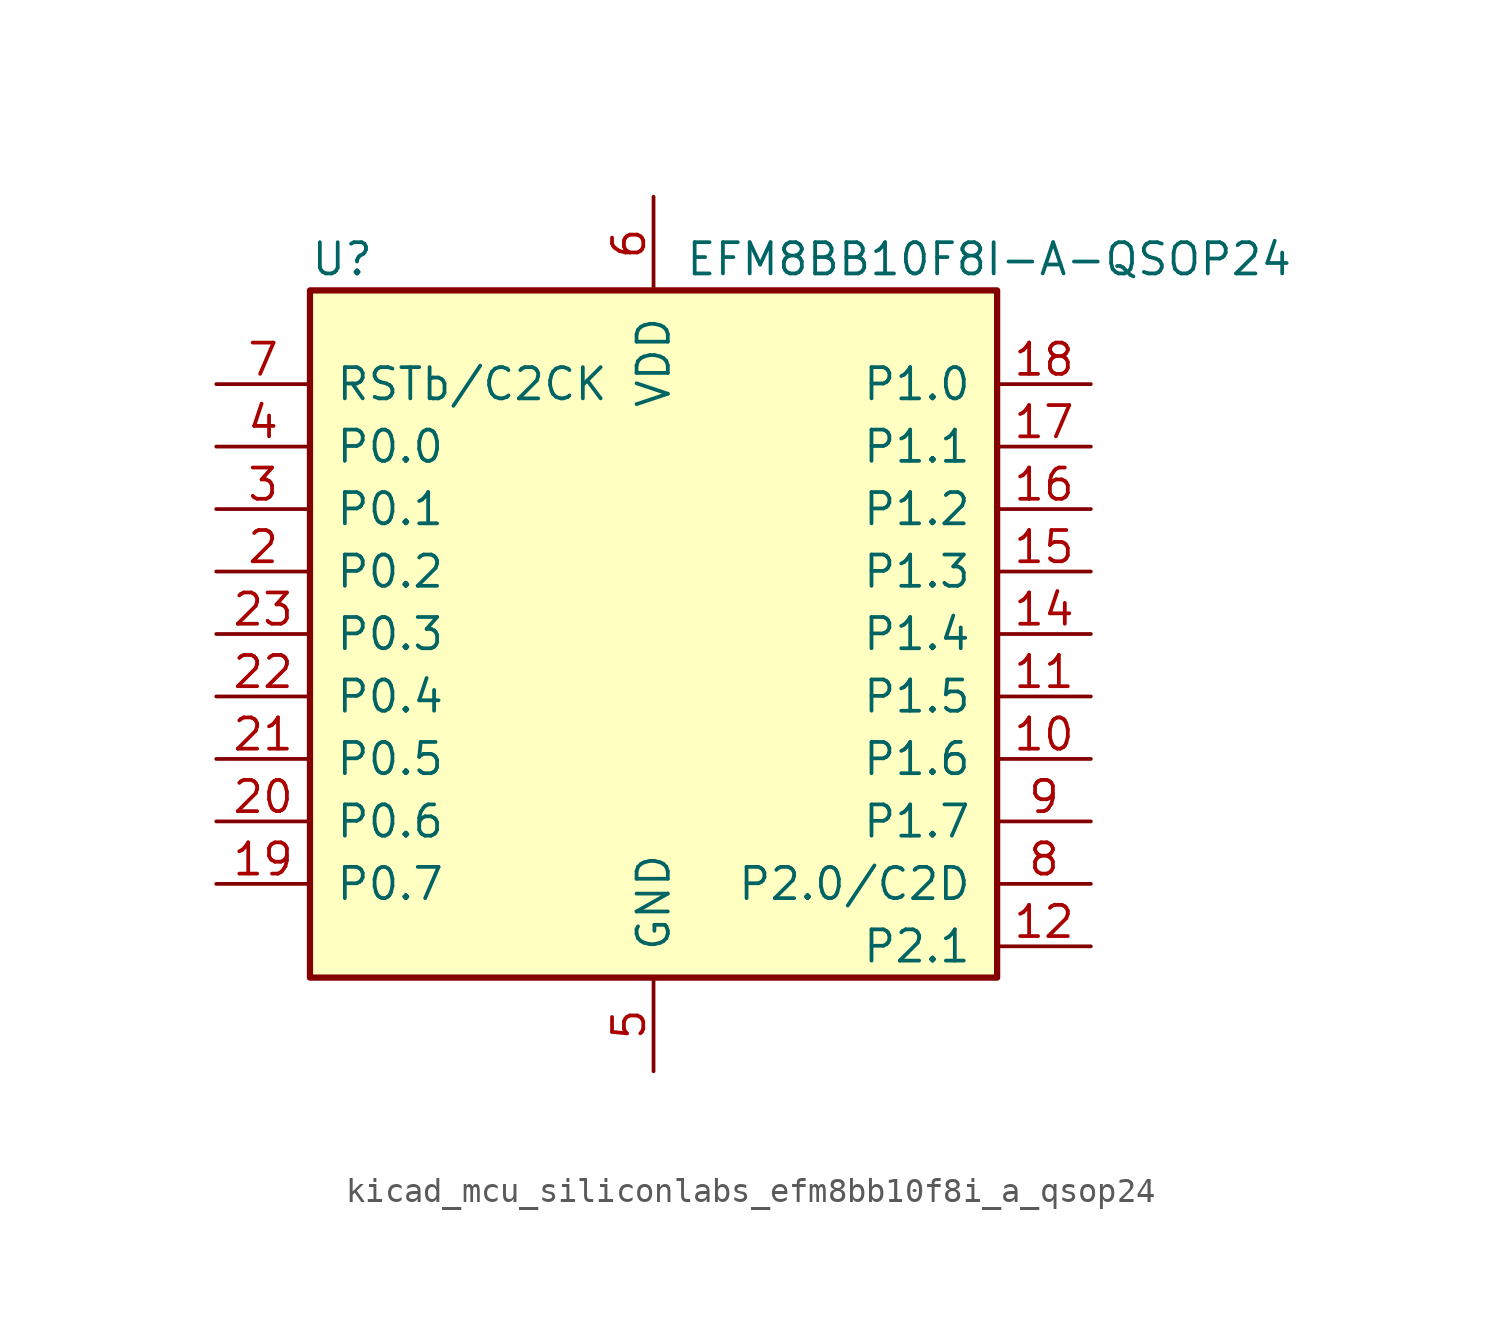
<source format=kicad_sym>
(kicad_symbol_lib
  (version 20220914)
  (generator kicad_symbol_editor)
  (symbol "kicad_mcu_siliconlabs_efm8bb10f8i_a_qsop24"
    (pin_names
      (offset 1.016))
    (property "Reference" "U"
      (at -13.97 15.24 0)
      (effects (font (size 1.27 1.27)) (justify left)))
    (property "Value" "EFM8BB10F8I-A-QSOP24"
      (at 1.27 15.24 0)
      (effects (font (size 1.27 1.27)) (justify left)))
    (symbol "kicad_mcu_siliconlabs_efm8bb10f8i_a_qsop24_0_1"
      (rectangle (start -13.97 13.97) (end 13.97 -13.97) (stroke (width 0.254) (type default)) (fill (type background)))
      (pin no_connect line (at 0 2.54 0) (length 3.81) hide (name "NC" (effects (font (size 1.27 1.27)))) (number "1" (effects (font (size 1.27 1.27)))))
      (pin bidirectional line (at 17.78 -5.08 180) (length 3.81) (name "P1.6" (effects (font (size 1.27 1.27)))) (number "10" (effects (font (size 1.27 1.27)))))
      (pin bidirectional line (at 17.78 -2.54 180) (length 3.81) (name "P1.5" (effects (font (size 1.27 1.27)))) (number "11" (effects (font (size 1.27 1.27)))))
      (pin bidirectional line (at 17.78 -12.7 180) (length 3.81) (name "P2.1" (effects (font (size 1.27 1.27)))) (number "12" (effects (font (size 1.27 1.27)))))
      (pin no_connect line (at 0 0 0) (length 3.81) hide (name "NC" (effects (font (size 1.27 1.27)))) (number "13" (effects (font (size 1.27 1.27)))))
      (pin bidirectional line (at 17.78 0 180) (length 3.81) (name "P1.4" (effects (font (size 1.27 1.27)))) (number "14" (effects (font (size 1.27 1.27)))))
      (pin bidirectional line (at 17.78 2.54 180) (length 3.81) (name "P1.3" (effects (font (size 1.27 1.27)))) (number "15" (effects (font (size 1.27 1.27)))))
      (pin bidirectional line (at 17.78 5.08 180) (length 3.81) (name "P1.2" (effects (font (size 1.27 1.27)))) (number "16" (effects (font (size 1.27 1.27)))))
      (pin bidirectional line (at 17.78 7.62 180) (length 3.81) (name "P1.1" (effects (font (size 1.27 1.27)))) (number "17" (effects (font (size 1.27 1.27)))))
      (pin bidirectional line (at 17.78 10.16 180) (length 3.81) (name "P1.0" (effects (font (size 1.27 1.27)))) (number "18" (effects (font (size 1.27 1.27)))))
      (pin bidirectional line (at -17.78 -10.16 0) (length 3.81) (name "P0.7" (effects (font (size 1.27 1.27)))) (number "19" (effects (font (size 1.27 1.27)))))
      (pin bidirectional line (at -17.78 2.54 0) (length 3.81) (name "P0.2" (effects (font (size 1.27 1.27)))) (number "2" (effects (font (size 1.27 1.27)))))
      (pin bidirectional line (at -17.78 -7.62 0) (length 3.81) (name "P0.6" (effects (font (size 1.27 1.27)))) (number "20" (effects (font (size 1.27 1.27)))))
      (pin bidirectional line (at -17.78 -5.08 0) (length 3.81) (name "P0.5" (effects (font (size 1.27 1.27)))) (number "21" (effects (font (size 1.27 1.27)))))
      (pin bidirectional line (at -17.78 -2.54 0) (length 3.81) (name "P0.4" (effects (font (size 1.27 1.27)))) (number "22" (effects (font (size 1.27 1.27)))))
      (pin bidirectional line (at -17.78 0 0) (length 3.81) (name "P0.3" (effects (font (size 1.27 1.27)))) (number "23" (effects (font (size 1.27 1.27)))))
      (pin no_connect line (at 0 -2.54 0) (length 3.81) hide (name "NC" (effects (font (size 1.27 1.27)))) (number "24" (effects (font (size 1.27 1.27)))))
      (pin bidirectional line (at -17.78 5.08 0) (length 3.81) (name "P0.1" (effects (font (size 1.27 1.27)))) (number "3" (effects (font (size 1.27 1.27)))))
      (pin bidirectional line (at -17.78 7.62 0) (length 3.81) (name "P0.0" (effects (font (size 1.27 1.27)))) (number "4" (effects (font (size 1.27 1.27)))))
      (pin power_in line (at 0 -17.78 90) (length 3.81) (name "GND" (effects (font (size 1.27 1.27)))) (number "5" (effects (font (size 1.27 1.27)))))
      (pin power_in line (at 0 17.78 270) (length 3.81) (name "VDD" (effects (font (size 1.27 1.27)))) (number "6" (effects (font (size 1.27 1.27)))))
      (pin input line (at -17.78 10.16 0) (length 3.81) (name "RSTb/C2CK" (effects (font (size 1.27 1.27)))) (number "7" (effects (font (size 1.27 1.27)))))
      (pin bidirectional line (at 17.78 -10.16 180) (length 3.81) (name "P2.0/C2D" (effects (font (size 1.27 1.27)))) (number "8" (effects (font (size 1.27 1.27)))))
      (pin bidirectional line (at 17.78 -7.62 180) (length 3.81) (name "P1.7" (effects (font (size 1.27 1.27)))) (number "9" (effects (font (size 1.27 1.27))))))))
</source>
